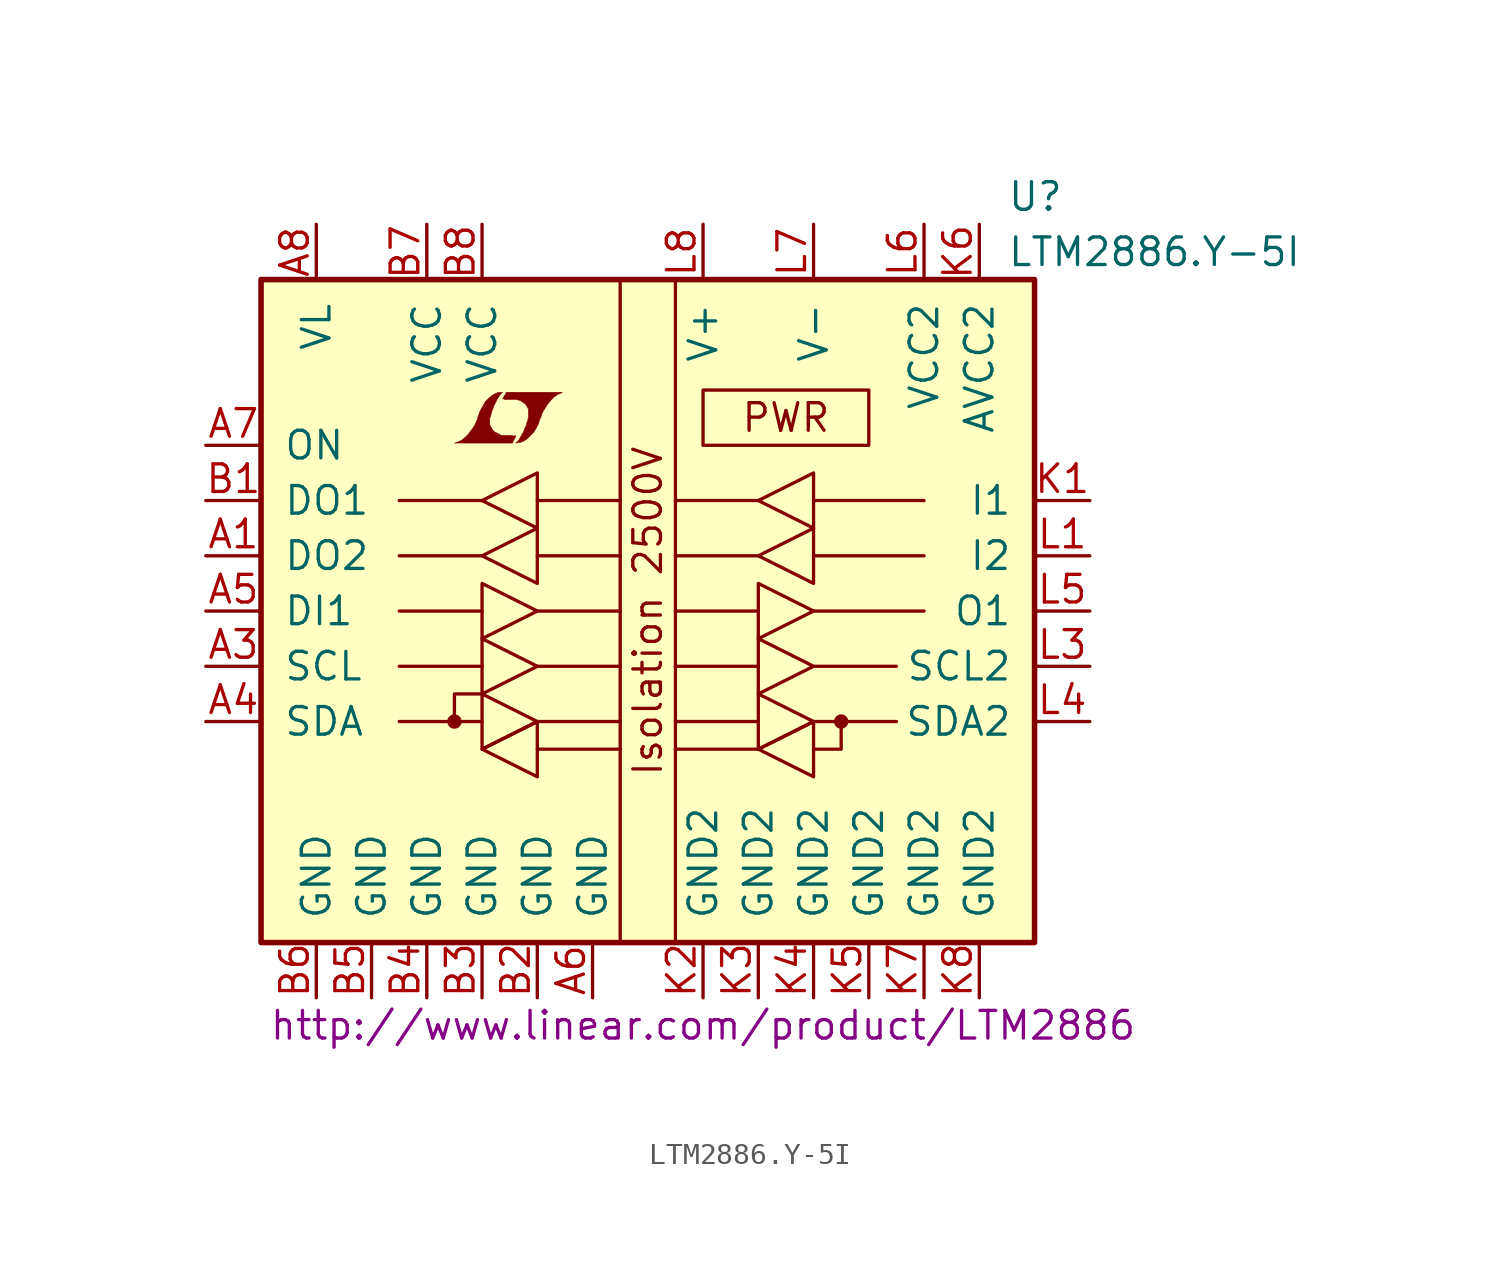
<source format=kicad_sym>
(kicad_symbol_lib
  (version 20201005)
  (generator kicad_symbol_editor)
  (symbol "LTM2886.Y-5I"
    (pin_names
      (offset 1.016))
    (property "Reference" "U"
      (at 16.51 19.05 0)
      (effects (font (size 1.27 1.27)) (justify left)))
    (property "Value" "LTM2886.Y-5I"
      (at 16.51 16.51 0)
      (effects (font (size 1.27 1.27)) (justify left)))
    (property "Datasheet" "http://www.linear.com/product/LTM2886"
      (at 2.54 -19.05 0)
      (effects (font (size 1.27 1.27))))
    (symbol "LTM2886.Y-5I_0_0"
      (text "Isolation 2500V" (at 0 0 900) (effects (font (size 1.27 1.27))))
      (text "PWR" (at 6.35 8.89 0) (effects (font (size 1.27 1.27))))
      (rectangle (start 2.54 10.16) (end 10.16 7.62) (stroke (width 0)) (fill (type none)))
      (polyline (pts (xy -6.147 7.899) (xy -6.121 7.925) (xy -6.071 8.026) (xy -6.071 8.052) (xy -6.198 8.052) (xy -6.299 8.077) (xy -6.756 8.077) (xy -6.782 8.103) (xy -7.036 8.23) (xy -7.137 8.331) (xy -7.214 8.458) (xy -7.264 8.56) (xy -7.264 8.865) (xy -7.214 9.017) (xy -7.188 9.119) (xy -7.163 9.195) (xy -7.112 9.322) (xy -7.061 9.474) (xy -6.985 9.601) (xy -6.934 9.728) (xy -6.858 9.83) (xy -6.807 9.931) (xy -6.68 10.058) (xy -6.858 10.058) (xy -6.985 10.008) (xy -7.087 9.957) (xy -7.163 9.906) (xy -7.29 9.804) (xy -7.468 9.627) (xy -7.722 9.169) (xy -7.823 8.89) (xy -7.823 8.839) (xy -7.874 8.738) (xy -7.925 8.611) (xy -7.976 8.509) (xy -8.103 8.331) (xy -8.255 8.128) (xy -8.407 7.976) (xy -8.56 7.849) (xy -8.738 7.772) (xy -8.89 7.722) (xy -6.223 7.722) (xy -6.147 7.899)) (stroke (width 0.025)) (fill (type outline)))
      (polyline (pts (xy -5.944 7.747) (xy -5.867 7.747) (xy -5.69 7.823) (xy -5.537 7.925) (xy -5.258 8.204) (xy -5.131 8.407) (xy -5.029 8.611) (xy -4.953 8.865) (xy -4.928 8.865) (xy -4.851 9.119) (xy -4.597 9.525) (xy -4.445 9.703) (xy -4.293 9.855) (xy -4.14 9.957) (xy -3.962 10.033) (xy -3.937 10.033) (xy -3.937 10.058) (xy -6.502 10.058) (xy -6.579 9.906) (xy -6.604 9.881) (xy -6.655 9.779) (xy -6.68 9.754) (xy -6.629 9.754) (xy -6.579 9.728) (xy -6.045 9.728) (xy -5.994 9.703) (xy -5.944 9.703) (xy -5.867 9.677) (xy -5.74 9.601) (xy -5.613 9.5) (xy -5.537 9.373) (xy -5.512 9.322) (xy -5.486 9.296) (xy -5.486 8.89) (xy -5.512 8.839) (xy -5.512 8.763) (xy -5.563 8.661) (xy -5.588 8.534) (xy -5.664 8.382) (xy -5.715 8.23) (xy -5.867 7.976) (xy -5.918 7.874) (xy -6.071 7.722) (xy -5.944 7.747)) (stroke (width 0.025)) (fill (type outline))))
    (symbol "LTM2886.Y-5I_0_1"
      (circle (center -8.89 -5.08) (radius 0.254) (stroke (width 0)) (fill (type outline)))
      (circle (center 8.89 -5.08) (radius 0.254) (stroke (width 0)) (fill (type outline)))
      (rectangle (start -17.78 15.24) (end 17.78 -15.24) (stroke (width 0.254)) (fill (type background)))
      (rectangle (start -1.27 15.24) (end 1.27 -15.24) (stroke (width 0)) (fill (type none)))
      (polyline (pts (xy -11.43 -5.08) (xy -7.62 -5.08)) (stroke (width 0)) (fill (type none)))
      (polyline (pts (xy -11.43 -2.54) (xy -7.62 -2.54)) (stroke (width 0)) (fill (type none)))
      (polyline (pts (xy -7.62 0) (xy -11.43 0)) (stroke (width 0)) (fill (type none)))
      (polyline (pts (xy -7.62 2.54) (xy -11.43 2.54)) (stroke (width 0)) (fill (type none)))
      (polyline (pts (xy -7.62 5.08) (xy -11.43 5.08)) (stroke (width 0)) (fill (type none)))
      (polyline (pts (xy -5.08 -5.08) (xy -1.27 -5.08)) (stroke (width 0)) (fill (type none)))
      (polyline (pts (xy -5.08 -2.54) (xy -1.27 -2.54)) (stroke (width 0)) (fill (type none)))
      (polyline (pts (xy -5.08 0) (xy -1.27 0)) (stroke (width 0)) (fill (type none)))
      (polyline (pts (xy -5.08 2.54) (xy -1.27 2.54)) (stroke (width 0)) (fill (type none)))
      (polyline (pts (xy -5.08 5.08) (xy -1.27 5.08)) (stroke (width 0)) (fill (type none)))
      (polyline (pts (xy -1.27 -6.35) (xy -5.08 -6.35)) (stroke (width 0)) (fill (type none)))
      (polyline (pts (xy 1.27 -5.08) (xy 5.08 -5.08)) (stroke (width 0)) (fill (type none)))
      (polyline (pts (xy 1.27 -2.54) (xy 5.08 -2.54)) (stroke (width 0)) (fill (type none)))
      (polyline (pts (xy 5.08 -6.35) (xy 1.27 -6.35)) (stroke (width 0)) (fill (type none)))
      (polyline (pts (xy 5.08 0) (xy 1.27 0)) (stroke (width 0)) (fill (type none)))
      (polyline (pts (xy 5.08 2.54) (xy 1.27 2.54)) (stroke (width 0)) (fill (type none)))
      (polyline (pts (xy 5.08 5.08) (xy 1.27 5.08)) (stroke (width 0)) (fill (type none)))
      (polyline (pts (xy 7.62 -5.08) (xy 11.43 -5.08)) (stroke (width 0)) (fill (type none)))
      (polyline (pts (xy 7.62 -2.54) (xy 11.43 -2.54)) (stroke (width 0)) (fill (type none)))
      (polyline (pts (xy 7.62 0) (xy 12.7 0)) (stroke (width 0)) (fill (type none)))
      (polyline (pts (xy 7.62 2.54) (xy 12.7 2.54)) (stroke (width 0)) (fill (type none)))
      (polyline (pts (xy 7.62 5.08) (xy 12.7 5.08)) (stroke (width 0)) (fill (type none)))
      (polyline (pts (xy -7.62 -3.81) (xy -8.89 -3.81) (xy -8.89 -5.08)) (stroke (width 0)) (fill (type none)))
      (polyline (pts (xy 8.89 -5.08) (xy 8.89 -6.35) (xy 7.62 -6.35)) (stroke (width 0)) (fill (type none)))
      (polyline (pts (xy -7.62 -6.35) (xy -7.62 -3.81) (xy -5.08 -5.08) (xy -7.62 -6.35)) (stroke (width 0)) (fill (type none)))
      (polyline (pts (xy -7.62 -6.35) (xy -5.08 -5.08) (xy -5.08 -7.62) (xy -7.62 -6.35)) (stroke (width 0)) (fill (type none)))
      (polyline (pts (xy -7.62 5.08) (xy -5.08 6.35) (xy -5.08 3.81) (xy -7.62 5.08)) (stroke (width 0)) (fill (type none)))
      (polyline (pts (xy -5.08 -2.54) (xy -7.62 -1.27) (xy -7.62 -3.81) (xy -5.08 -2.54)) (stroke (width 0)) (fill (type none)))
      (polyline (pts (xy -5.08 0) (xy -7.62 1.27) (xy -7.62 -1.27) (xy -5.08 0)) (stroke (width 0)) (fill (type none)))
      (polyline (pts (xy -5.08 3.81) (xy -7.62 2.54) (xy -5.08 1.27) (xy -5.08 3.81)) (stroke (width 0)) (fill (type none)))
      (polyline (pts (xy 5.08 -6.35) (xy 5.08 -3.81) (xy 7.62 -5.08) (xy 5.08 -6.35)) (stroke (width 0)) (fill (type none)))
      (polyline (pts (xy 5.08 -6.35) (xy 7.62 -5.08) (xy 7.62 -7.62) (xy 5.08 -6.35)) (stroke (width 0)) (fill (type none)))
      (polyline (pts (xy 5.08 5.08) (xy 7.62 6.35) (xy 7.62 3.81) (xy 5.08 5.08)) (stroke (width 0)) (fill (type none)))
      (polyline (pts (xy 7.62 -2.54) (xy 5.08 -1.27) (xy 5.08 -3.81) (xy 7.62 -2.54)) (stroke (width 0)) (fill (type none)))
      (polyline (pts (xy 7.62 0) (xy 5.08 1.27) (xy 5.08 -1.27) (xy 7.62 0)) (stroke (width 0)) (fill (type none)))
      (polyline (pts (xy 7.62 3.81) (xy 5.08 2.54) (xy 7.62 1.27) (xy 7.62 3.81)) (stroke (width 0)) (fill (type none))))
    (symbol "LTM2886.Y-5I_1_1"
      (pin output line (at -20.32 2.54 0) (length 2.54) (name "DO2" (effects (font (size 1.27 1.27)))) (number "A1" (effects (font (size 1.27 1.27)))))
      (pin unconnected line (at -20.32 -7.62 0) (length 2.54) hide (name "DNC" (effects (font (size 1.27 1.27)))) (number "A2" (effects (font (size 1.27 1.27)))))
      (pin input line (at -20.32 -2.54 0) (length 2.54) (name "SCL" (effects (font (size 1.27 1.27)))) (number "A3" (effects (font (size 1.27 1.27)))))
      (pin bidirectional line (at -20.32 -5.08 0) (length 2.54) (name "SDA" (effects (font (size 1.27 1.27)))) (number "A4" (effects (font (size 1.27 1.27)))))
      (pin input line (at -20.32 0 0) (length 2.54) (name "DI1" (effects (font (size 1.27 1.27)))) (number "A5" (effects (font (size 1.27 1.27)))))
      (pin power_in line (at -2.54 -17.78 90) (length 2.54) (name "GND" (effects (font (size 1.27 1.27)))) (number "A6" (effects (font (size 1.27 1.27)))))
      (pin input line (at -20.32 7.62 0) (length 2.54) (name "ON" (effects (font (size 1.27 1.27)))) (number "A7" (effects (font (size 1.27 1.27)))))
      (pin power_in line (at -15.24 17.78 270) (length 2.54) (name "VL" (effects (font (size 1.27 1.27)))) (number "A8" (effects (font (size 1.27 1.27)))))
      (pin output line (at -20.32 5.08 0) (length 2.54) (name "DO1" (effects (font (size 1.27 1.27)))) (number "B1" (effects (font (size 1.27 1.27)))))
      (pin power_in line (at -5.08 -17.78 90) (length 2.54) (name "GND" (effects (font (size 1.27 1.27)))) (number "B2" (effects (font (size 1.27 1.27)))))
      (pin power_in line (at -7.62 -17.78 90) (length 2.54) (name "GND" (effects (font (size 1.27 1.27)))) (number "B3" (effects (font (size 1.27 1.27)))))
      (pin power_in line (at -10.16 -17.78 90) (length 2.54) (name "GND" (effects (font (size 1.27 1.27)))) (number "B4" (effects (font (size 1.27 1.27)))))
      (pin power_in line (at -12.7 -17.78 90) (length 2.54) (name "GND" (effects (font (size 1.27 1.27)))) (number "B5" (effects (font (size 1.27 1.27)))))
      (pin power_in line (at -15.24 -17.78 90) (length 2.54) (name "GND" (effects (font (size 1.27 1.27)))) (number "B6" (effects (font (size 1.27 1.27)))))
      (pin power_in line (at -10.16 17.78 270) (length 2.54) (name "VCC" (effects (font (size 1.27 1.27)))) (number "B7" (effects (font (size 1.27 1.27)))))
      (pin power_in line (at -7.62 17.78 270) (length 2.54) (name "VCC" (effects (font (size 1.27 1.27)))) (number "B8" (effects (font (size 1.27 1.27)))))
      (pin input line (at 20.32 5.08 180) (length 2.54) (name "I1" (effects (font (size 1.27 1.27)))) (number "K1" (effects (font (size 1.27 1.27)))))
      (pin power_out line (at 2.54 -17.78 90) (length 2.54) (name "GND2" (effects (font (size 1.27 1.27)))) (number "K2" (effects (font (size 1.27 1.27)))))
      (pin power_in line (at 5.08 -17.78 90) (length 2.54) (name "GND2" (effects (font (size 1.27 1.27)))) (number "K3" (effects (font (size 1.27 1.27)))))
      (pin power_in line (at 7.62 -17.78 90) (length 2.54) (name "GND2" (effects (font (size 1.27 1.27)))) (number "K4" (effects (font (size 1.27 1.27)))))
      (pin power_in line (at 10.16 -17.78 90) (length 2.54) (name "GND2" (effects (font (size 1.27 1.27)))) (number "K5" (effects (font (size 1.27 1.27)))))
      (pin passive line (at 15.24 17.78 270) (length 2.54) (name "AVCC2" (effects (font (size 1.27 1.27)))) (number "K6" (effects (font (size 1.27 1.27)))))
      (pin power_in line (at 12.7 -17.78 90) (length 2.54) (name "GND2" (effects (font (size 1.27 1.27)))) (number "K7" (effects (font (size 1.27 1.27)))))
      (pin power_in line (at 15.24 -17.78 90) (length 2.54) (name "GND2" (effects (font (size 1.27 1.27)))) (number "K8" (effects (font (size 1.27 1.27)))))
      (pin input line (at 20.32 2.54 180) (length 2.54) (name "I2" (effects (font (size 1.27 1.27)))) (number "L1" (effects (font (size 1.27 1.27)))))
      (pin unconnected line (at 20.32 -7.62 180) (length 2.54) hide (name "DNC" (effects (font (size 1.27 1.27)))) (number "L2" (effects (font (size 1.27 1.27)))))
      (pin output line (at 20.32 -2.54 180) (length 2.54) (name "SCL2" (effects (font (size 1.27 1.27)))) (number "L3" (effects (font (size 1.27 1.27)))))
      (pin bidirectional line (at 20.32 -5.08 180) (length 2.54) (name "SDA2" (effects (font (size 1.27 1.27)))) (number "L4" (effects (font (size 1.27 1.27)))))
      (pin output line (at 20.32 0 180) (length 2.54) (name "O1" (effects (font (size 1.27 1.27)))) (number "L5" (effects (font (size 1.27 1.27)))))
      (pin power_out line (at 12.7 17.78 270) (length 2.54) (name "VCC2" (effects (font (size 1.27 1.27)))) (number "L6" (effects (font (size 1.27 1.27)))))
      (pin power_out line (at 7.62 17.78 270) (length 2.54) (name "V-" (effects (font (size 1.27 1.27)))) (number "L7" (effects (font (size 1.27 1.27)))))
      (pin power_out line (at 2.54 17.78 270) (length 2.54) (name "V+" (effects (font (size 1.27 1.27)))) (number "L8" (effects (font (size 1.27 1.27))))))))
</source>
